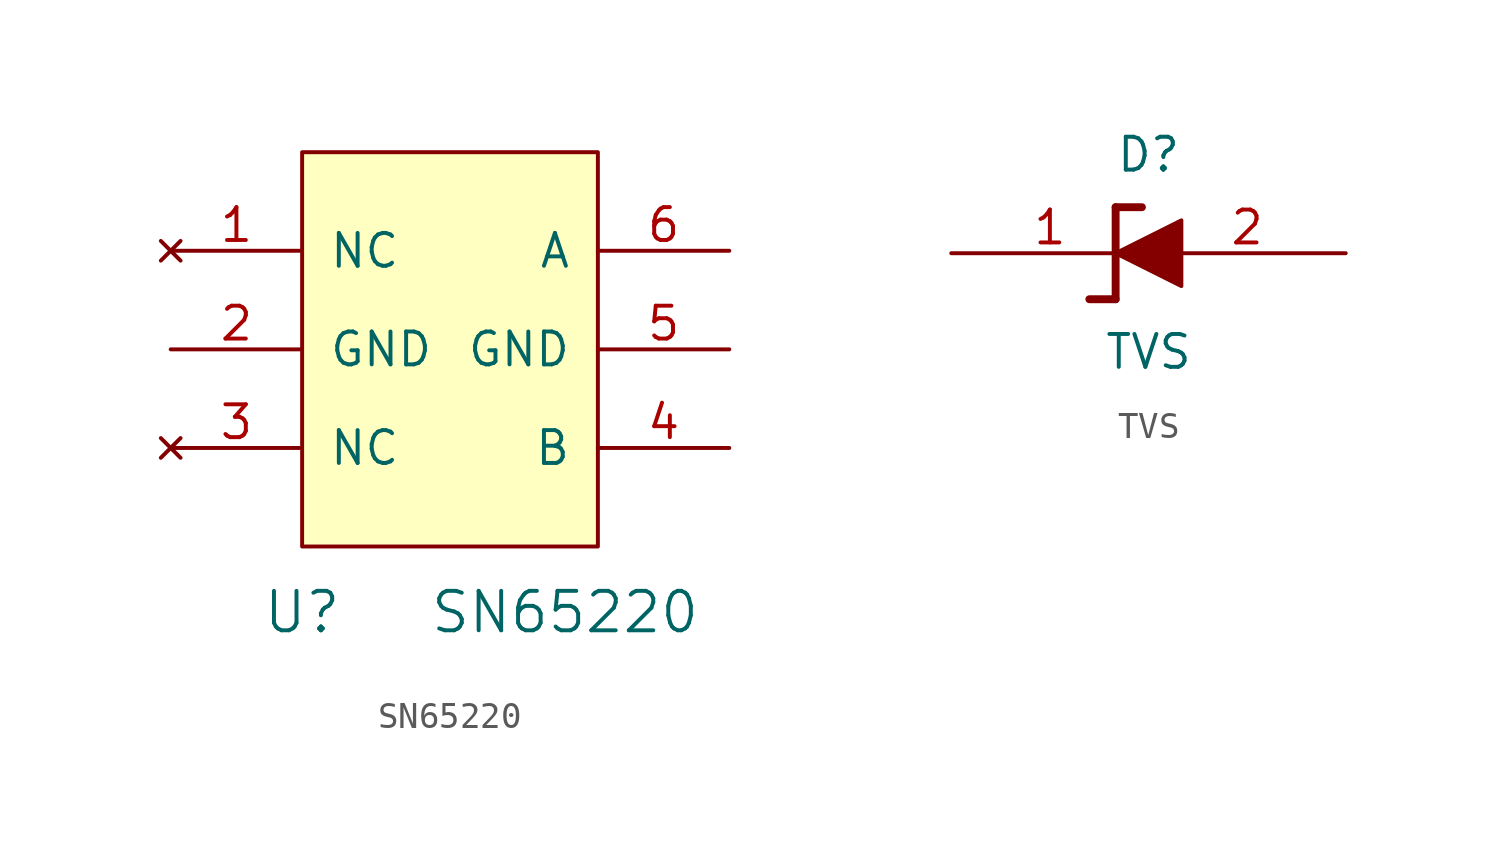
<source format=kicad_sym>
(kicad_symbol_lib
  (version 20211014)
  (generator kicad_symbol_editor)
  (symbol "SN65220"
    (pin_names
      (offset 1.016))
    (property "Reference" "U"
      (at 0 -2.54 0)
      (effects (font (size 1.524 1.524))))
    (property "Value" "SN65220"
      (at 10.16 -2.54 0)
      (effects (font (size 1.524 1.524))))
    (property "Footprint" ""
      (at 0 0 0)
      (effects (font (size 1.524 1.524))))
    (property "Datasheet" ""
      (at 0 0 0)
      (effects (font (size 1.524 1.524))))
    (symbol "SN65220_0_1"
      (rectangle (start 0 0) (end 11.43 15.24) (stroke (width 0) (type default) (color 0 0 0 0)) (fill (type background))))
    (symbol "SN65220_1_1"
      (pin no_connect line (at -5.08 11.43 0) (length 5.08) (name "NC" (effects (font (size 1.27 1.27)))) (number "1" (effects (font (size 1.27 1.27)))))
      (pin power_in line (at -5.08 7.62 0) (length 5.08) (name "GND" (effects (font (size 1.27 1.27)))) (number "2" (effects (font (size 1.27 1.27)))))
      (pin no_connect line (at -5.08 3.81 0) (length 5.08) (name "NC" (effects (font (size 1.27 1.27)))) (number "3" (effects (font (size 1.27 1.27)))))
      (pin power_in line (at 16.51 3.81 180) (length 5.08) (name "B" (effects (font (size 1.27 1.27)))) (number "4" (effects (font (size 1.27 1.27)))))
      (pin power_in line (at 16.51 7.62 180) (length 5.08) (name "GND" (effects (font (size 1.27 1.27)))) (number "5" (effects (font (size 1.27 1.27)))))
      (pin power_in line (at 16.51 11.43 180) (length 5.08) (name "A" (effects (font (size 1.27 1.27)))) (number "6" (effects (font (size 1.27 1.27)))))))
  (symbol "TVS"
    (pin_names
      (offset 1.016))
    (property "Reference" "D"
      (at 0 3.81 0)
      (effects (font (size 1.27 1.27))))
    (property "Value" "TVS"
      (at 0 -3.81 0)
      (effects (font (size 1.27 1.27))))
    (property "Footprint" ""
      (at 0 0 0)
      (effects (font (size 1.27 1.27))))
    (property "Datasheet" ""
      (at 0 0 0)
      (effects (font (size 1.27 1.27))))
    (symbol "TVS_0_1"
      (polyline (pts (xy -1.27 -1.778) (xy -2.286 -1.778)) (stroke (width 0.305) (type default) (color 0 0 0 0)) (fill (type none)))
      (polyline (pts (xy -1.27 1.778) (xy -1.27 -1.778)) (stroke (width 0.305) (type default) (color 0 0 0 0)) (fill (type none)))
      (polyline (pts (xy -0.254 1.778) (xy -1.27 1.778)) (stroke (width 0.305) (type default) (color 0 0 0 0)) (fill (type none)))
      (polyline (pts (xy -1.27 0) (xy 1.27 1.27) (xy 1.27 -1.27) (xy -1.27 0)) (stroke (width 0) (type default) (color 0 0 0 0)) (fill (type outline))))
    (symbol "TVS_1_1"
      (pin passive line (at -7.62 0 0) (length 7.62) (name "~" (effects (font (size 1.27 1.27)))) (number "1" (effects (font (size 1.27 1.27)))))
      (pin passive line (at 7.62 0 180) (length 7.62) (name "~" (effects (font (size 1.27 1.27)))) (number "2" (effects (font (size 1.27 1.27))))))))
</source>
